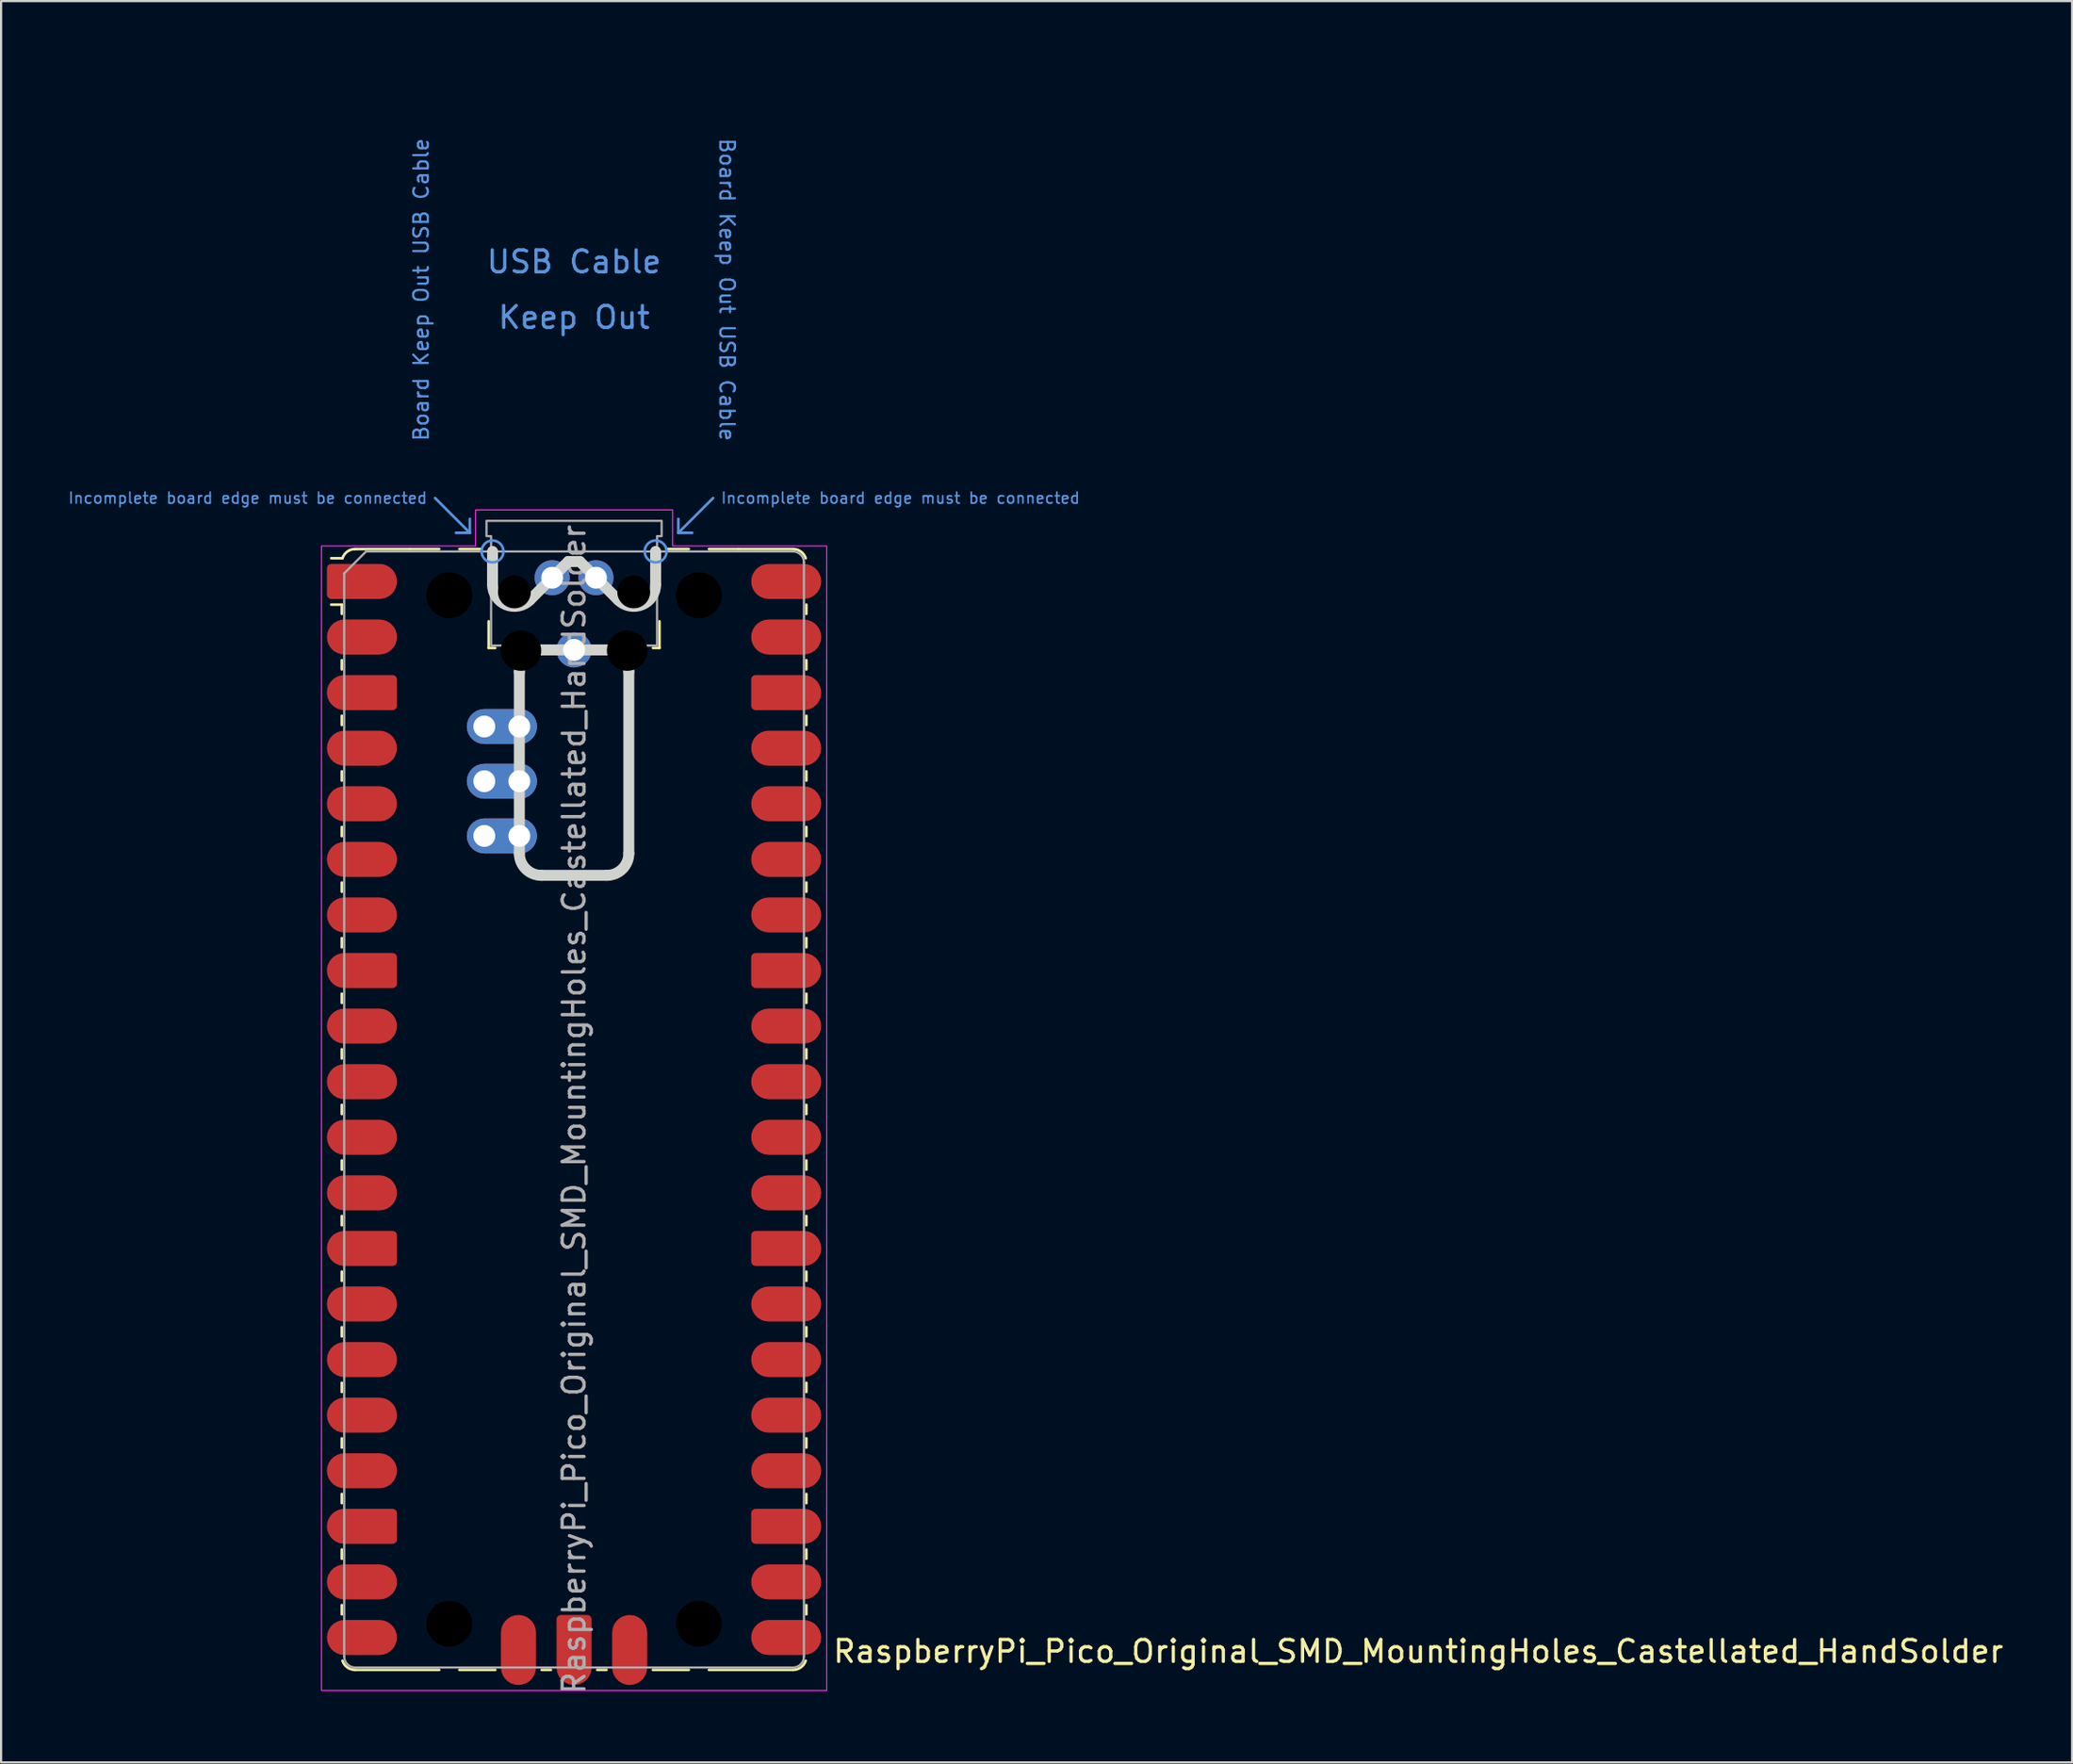
<source format=kicad_pcb>
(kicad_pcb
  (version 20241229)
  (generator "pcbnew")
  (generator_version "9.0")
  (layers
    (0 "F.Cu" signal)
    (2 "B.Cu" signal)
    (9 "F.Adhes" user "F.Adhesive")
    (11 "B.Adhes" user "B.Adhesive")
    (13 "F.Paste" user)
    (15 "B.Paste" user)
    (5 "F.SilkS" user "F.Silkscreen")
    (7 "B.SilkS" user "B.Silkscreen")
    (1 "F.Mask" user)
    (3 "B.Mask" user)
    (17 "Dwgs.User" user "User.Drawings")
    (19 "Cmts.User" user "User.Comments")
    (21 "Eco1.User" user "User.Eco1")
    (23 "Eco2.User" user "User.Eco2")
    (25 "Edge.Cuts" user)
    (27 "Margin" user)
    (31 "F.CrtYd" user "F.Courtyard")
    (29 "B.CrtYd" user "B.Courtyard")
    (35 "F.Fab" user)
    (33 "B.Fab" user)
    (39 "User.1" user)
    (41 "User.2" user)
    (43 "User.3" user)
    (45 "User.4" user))
  (footprint "RaspberryPi_Pico_Original_SMD_MountingHoles_Castellated_HandSolder"
    (layer "F.Cu")
    (at 23.173 47.65)
    (property "Reference" "RaspberryPi_Pico_Original_SMD_MountingHoles_Castellated_HandSolder" (at 11.748 24.765 0) (unlocked yes) (layer "F.SilkS") (effects (font (size 1 1) (thickness 0.15)) (justify left)))
    (attr smd)
    (fp_line (start -10.61 -23.07) (end -11.09 -23.07) (stroke (width 0.12) (type solid)) (layer "F.SilkS"))
    (fp_line (start -10.61 -23.07) (end -10.61 -22.65) (stroke (width 0.12) (type solid)) (layer "F.SilkS"))
    (fp_line (start -10.61 -20.53) (end -10.61 -20.11) (stroke (width 0.12) (type solid)) (layer "F.SilkS"))
    (fp_line (start -10.61 -17.99) (end -10.61 -17.57) (stroke (width 0.12) (type solid)) (layer "F.SilkS"))
    (fp_line (start -10.61 -15.45) (end -10.61 -15.03) (stroke (width 0.12) (type solid)) (layer "F.SilkS"))
    (fp_line (start -10.61 -12.91) (end -10.61 -12.49) (stroke (width 0.12) (type solid)) (layer "F.SilkS"))
    (fp_line (start -10.61 -10.37) (end -10.61 -9.95) (stroke (width 0.12) (type solid)) (layer "F.SilkS"))
    (fp_line (start -10.61 -7.83) (end -10.61 -7.41) (stroke (width 0.12) (type solid)) (layer "F.SilkS"))
    (fp_line (start -10.61 -5.29) (end -10.61 -4.87) (stroke (width 0.12) (type solid)) (layer "F.SilkS"))
    (fp_line (start -10.61 -2.75) (end -10.61 -2.33) (stroke (width 0.12) (type solid)) (layer "F.SilkS"))
    (fp_line (start -10.61 -0.21) (end -10.61 0.21) (stroke (width 0.12) (type solid)) (layer "F.SilkS"))
    (fp_line (start -10.61 2.33) (end -10.61 2.75) (stroke (width 0.12) (type solid)) (layer "F.SilkS"))
    (fp_line (start -10.61 4.87) (end -10.61 5.29) (stroke (width 0.12) (type solid)) (layer "F.SilkS"))
    (fp_line (start -10.61 7.41) (end -10.61 7.83) (stroke (width 0.12) (type solid)) (layer "F.SilkS"))
    (fp_line (start -10.61 9.95) (end -10.61 10.37) (stroke (width 0.12) (type solid)) (layer "F.SilkS"))
    (fp_line (start -10.61 12.49) (end -10.61 12.91) (stroke (width 0.12) (type solid)) (layer "F.SilkS"))
    (fp_line (start -10.61 15.03) (end -10.61 15.45) (stroke (width 0.12) (type solid)) (layer "F.SilkS"))
    (fp_line (start -10.61 17.57) (end -10.61 17.99) (stroke (width 0.12) (type solid)) (layer "F.SilkS"))
    (fp_line (start -10.61 20.11) (end -10.61 20.53) (stroke (width 0.12) (type solid)) (layer "F.SilkS"))
    (fp_line (start -10.61 22.65) (end -10.61 23.07) (stroke (width 0.12) (type solid)) (layer "F.SilkS"))
    (fp_line (start -10.58 -25.19) (end -11.09 -25.19) (stroke (width 0.12) (type solid)) (layer "F.SilkS"))
    (fp_line (start -10 -25.61) (end -7.51 -25.61) (stroke (width 0.12) (type solid)) (layer "F.SilkS"))
    (fp_line (start -10 25.61) (end -6.162 25.61) (stroke (width 0.12) (type solid)) (layer "F.SilkS"))
    (fp_line (start -7.51 -25.61) (end -6.162 -25.61) (stroke (width 0.12) (type solid)) (layer "F.SilkS"))
    (fp_line (start -5.238 -25.61) (end -4.235 -25.61) (stroke (width 0.12) (type solid)) (layer "F.SilkS"))
    (fp_line (start -3.9 -22.306) (end -3.9 -21.09) (stroke (width 0.12) (type solid)) (layer "F.SilkS"))
    (fp_line (start -3.9 -21.09) (end -3.604 -21.09) (stroke (width 0.12) (type solid)) (layer "F.SilkS"))
    (fp_line (start -3.6 25.61) (end -5.238 25.61) (stroke (width 0.12) (type solid)) (layer "F.SilkS"))
    (fp_line (start -1.48 25.61) (end -1.06 25.61) (stroke (width 0.12) (type solid)) (layer "F.SilkS"))
    (fp_line (start 1.06 25.61) (end 1.48 25.61) (stroke (width 0.12) (type solid)) (layer "F.SilkS"))
    (fp_line (start 3.604 -21.09) (end 3.9 -21.09) (stroke (width 0.12) (type solid)) (layer "F.SilkS"))
    (fp_line (start 3.9 -22.306) (end 3.9 -21.09) (stroke (width 0.12) (type solid)) (layer "F.SilkS"))
    (fp_line (start 4.235 -25.61) (end 5.238 -25.61) (stroke (width 0.12) (type solid)) (layer "F.SilkS"))
    (fp_line (start 5.238 25.61) (end 3.6 25.61) (stroke (width 0.12) (type solid)) (layer "F.SilkS"))
    (fp_line (start 6.162 -25.61) (end 7.51 -25.61) (stroke (width 0.12) (type solid)) (layer "F.SilkS"))
    (fp_line (start 6.162 25.61) (end 10 25.61) (stroke (width 0.12) (type solid)) (layer "F.SilkS"))
    (fp_line (start 10 -25.61) (end 7.51 -25.61) (stroke (width 0.12) (type solid)) (layer "F.SilkS"))
    (fp_line (start 10.61 -23.07) (end 10.61 -22.65) (stroke (width 0.12) (type solid)) (layer "F.SilkS"))
    (fp_line (start 10.61 -20.53) (end 10.61 -20.11) (stroke (width 0.12) (type solid)) (layer "F.SilkS"))
    (fp_line (start 10.61 -17.99) (end 10.61 -17.57) (stroke (width 0.12) (type solid)) (layer "F.SilkS"))
    (fp_line (start 10.61 -15.45) (end 10.61 -15.03) (stroke (width 0.12) (type solid)) (layer "F.SilkS"))
    (fp_line (start 10.61 -12.91) (end 10.61 -12.49) (stroke (width 0.12) (type solid)) (layer "F.SilkS"))
    (fp_line (start 10.61 -10.37) (end 10.61 -9.95) (stroke (width 0.12) (type solid)) (layer "F.SilkS"))
    (fp_line (start 10.61 -7.83) (end 10.61 -7.41) (stroke (width 0.12) (type solid)) (layer "F.SilkS"))
    (fp_line (start 10.61 -5.29) (end 10.61 -4.87) (stroke (width 0.12) (type solid)) (layer "F.SilkS"))
    (fp_line (start 10.61 -2.75) (end 10.61 -2.33) (stroke (width 0.12) (type solid)) (layer "F.SilkS"))
    (fp_line (start 10.61 -0.21) (end 10.61 0.21) (stroke (width 0.12) (type solid)) (layer "F.SilkS"))
    (fp_line (start 10.61 2.33) (end 10.61 2.75) (stroke (width 0.12) (type solid)) (layer "F.SilkS"))
    (fp_line (start 10.61 4.87) (end 10.61 5.29) (stroke (width 0.12) (type solid)) (layer "F.SilkS"))
    (fp_line (start 10.61 7.41) (end 10.61 7.83) (stroke (width 0.12) (type solid)) (layer "F.SilkS"))
    (fp_line (start 10.61 9.95) (end 10.61 10.37) (stroke (width 0.12) (type solid)) (layer "F.SilkS"))
    (fp_line (start 10.61 12.49) (end 10.61 12.91) (stroke (width 0.12) (type solid)) (layer "F.SilkS"))
    (fp_line (start 10.61 15.03) (end 10.61 15.45) (stroke (width 0.12) (type solid)) (layer "F.SilkS"))
    (fp_line (start 10.61 17.57) (end 10.61 17.99) (stroke (width 0.12) (type solid)) (layer "F.SilkS"))
    (fp_line (start 10.61 20.11) (end 10.61 20.53) (stroke (width 0.12) (type solid)) (layer "F.SilkS"))
    (fp_line (start 10.61 22.65) (end 10.61 23.07) (stroke (width 0.12) (type solid)) (layer "F.SilkS"))
    (fp_arc (start -10.579676 -25.189937) (mid -10.357938 -25.493944) (end -10 -25.61) (stroke (width 0.12) (type solid)) (layer "F.SilkS"))
    (fp_arc (start -10 25.61) (mid -10.357937 25.493944) (end -10.579676 25.189937) (stroke (width 0.12) (type solid)) (layer "F.SilkS"))
    (fp_arc (start 10 -25.61) (mid 10.357937 -25.493944) (end 10.579676 -25.189937) (stroke (width 0.12) (type solid)) (layer "F.SilkS"))
    (fp_arc (start 10.579676 25.189937) (mid 10.357958 25.493991) (end 10 25.61) (stroke (width 0.12) (type solid)) (layer "F.SilkS"))
    (fp_line (start -6.35 -27.94) (end -4.763 -26.352) (stroke (width 0.12) (type solid)) (layer "Cmts.User"))
    (fp_line (start -4.763 -26.352) (end -5.397 -26.352) (stroke (width 0.12) (type solid)) (layer "Cmts.User"))
    (fp_line (start -4.763 -26.352) (end -4.763 -26.988) (stroke (width 0.12) (type solid)) (layer "Cmts.User"))
    (fp_line (start 4.763 -26.352) (end 4.763 -26.988) (stroke (width 0.12) (type solid)) (layer "Cmts.User"))
    (fp_line (start 4.763 -26.352) (end 5.397 -26.352) (stroke (width 0.12) (type solid)) (layer "Cmts.User"))
    (fp_line (start 6.35 -27.94) (end 4.763 -26.352) (stroke (width 0.12) (type solid)) (layer "Cmts.User"))
    (fp_circle (center -3.725 -25.5) (end -3.225 -25.5) (stroke (width 0.12) (type solid)) (fill no) (layer "Cmts.User"))
    (fp_circle (center 3.725 -25.5) (end 3.225 -25.5) (stroke (width 0.12) (type solid)) (fill no) (layer "Cmts.User"))
    (fp_line (start -3.725 -23.989) (end -3.725 -25.5) (stroke (width 0.5) (type solid)) (layer "Edge.Cuts"))
    (fp_line (start -2.5 -20) (end -2.5 -11.7) (stroke (width 0.5) (type solid)) (layer "Edge.Cuts"))
    (fp_line (start -2.018 -23.282) (end -0.258 -25.042) (stroke (width 0.5) (type solid)) (layer "Edge.Cuts"))
    (fp_line (start 0.258 -25.042) (end -0.258 -25.042) (stroke (width 0.5) (type solid)) (layer "Edge.Cuts"))
    (fp_line (start 1.5 -21) (end -1.5 -21) (stroke (width 0.5) (type solid)) (layer "Edge.Cuts"))
    (fp_line (start 1.5 -10.7) (end -1.5 -10.7) (stroke (width 0.5) (type solid)) (layer "Edge.Cuts"))
    (fp_line (start 2.018 -23.282) (end 0.258 -25.042) (stroke (width 0.5) (type solid)) (layer "Edge.Cuts"))
    (fp_line (start 2.5 -11.7) (end 2.5 -20) (stroke (width 0.5) (type solid)) (layer "Edge.Cuts"))
    (fp_line (start 3.725 -23.989) (end 3.725 -25.5) (stroke (width 0.5) (type solid)) (layer "Edge.Cuts"))
    (fp_arc (start -2.5 -20) (mid -2.207118 -20.707118) (end -1.5 -21) (stroke (width 0.5) (type solid)) (layer "Edge.Cuts"))
    (fp_arc (start -2.017893 -23.282106) (mid -3.107711 -23.065266) (end -3.725 -23.989213) (stroke (width 0.5) (type solid)) (layer "Edge.Cuts"))
    (fp_arc (start -1.5 -10.7) (mid -2.20711 -10.99289) (end -2.5 -11.7) (stroke (width 0.5) (type solid)) (layer "Edge.Cuts"))
    (fp_arc (start 1.5 -21) (mid 2.207107 -20.707107) (end 2.5 -20) (stroke (width 0.5) (type solid)) (layer "Edge.Cuts"))
    (fp_arc (start 2.5 -11.7) (mid 2.207095 -10.992905) (end 1.5 -10.7) (stroke (width 0.5) (type solid)) (layer "Edge.Cuts"))
    (fp_arc (start 3.725 -23.989213) (mid 3.107698 -23.06529) (end 2.017893 -23.282106) (stroke (width 0.5) (type solid)) (layer "Edge.Cuts"))
    (fp_poly (pts (xy -4.5 -27.4) (xy 4.5 -27.4) (xy 4.5 -25.75) (xy 11.54 -25.75) (xy 11.54 26.55) (xy -11.54 26.55) (xy -11.54 -25.75) (xy -4.5 -25.75)) (stroke (width 0.05) (type solid)) (fill no) (layer "F.CrtYd"))
    (fp_line (start -10.5 -24.5) (end -9.5 -25.5) (stroke (width 0.1) (type solid)) (layer "F.Fab"))
    (fp_line (start -10.5 25) (end -10.5 -24.5) (stroke (width 0.1) (type solid)) (layer "F.Fab"))
    (fp_line (start -9.5 -25.5) (end 10 -25.5) (stroke (width 0.1) (type solid)) (layer "F.Fab"))
    (fp_line (start 10 25.5) (end -10 25.5) (stroke (width 0.1) (type solid)) (layer "F.Fab"))
    (fp_line (start 10.5 -25) (end 10.5 25) (stroke (width 0.1) (type solid)) (layer "F.Fab"))
    (fp_arc (start -10 25.5) (mid -10.353553 25.353553) (end -10.5 25) (stroke (width 0.1) (type solid)) (layer "F.Fab"))
    (fp_arc (start 10 -25.5) (mid 10.353553 -25.353553) (end 10.5 -25) (stroke (width 0.1) (type solid)) (layer "F.Fab"))
    (fp_arc (start 10.5 25) (mid 10.353553 25.353553) (end 10 25.5) (stroke (width 0.1) (type solid)) (layer "F.Fab"))
    (fp_poly (pts (xy 3.79 -21.2) (xy 3.79 -26.2) (xy 4 -26.2) (xy 4 -26.9) (xy -4 -26.9) (xy -4 -26.2) (xy -3.79 -26.2) (xy -3.79 -21.2)) (stroke (width 0.1) (type solid)) (fill no) (layer "F.Fab"))
    (fp_text user "Incomplete board edge must be connected" (at 6.668 -27.94 0) (unlocked yes) (layer "Cmts.User") (effects (font (size 0.5 0.5) (thickness 0.075)) (justify left)))
    (fp_text user "Keep Out" (at 0 -36.195 0) (unlocked yes) (layer "Cmts.User") (effects (font (size 1 1) (thickness 0.15))))
    (fp_text user "Incomplete board edge must be connected" (at -6.668 -27.94 0) (unlocked yes) (layer "Cmts.User") (effects (font (size 0.5 0.5) (thickness 0.075)) (justify right)))
    (fp_text user "Board Keep Out USB Cable" (at -6.985 -37.465 90) (unlocked yes) (layer "Cmts.User") (effects (font (size 0.667 0.667) (thickness 0.1))))
    (fp_text user "Board Keep Out USB Cable" (at 6.985 -37.465 270) (unlocked yes) (layer "Cmts.User") (effects (font (size 0.667 0.667) (thickness 0.1))))
    (fp_text user "USB Cable" (at 0 -38.735 0) (unlocked yes) (layer "Cmts.User") (effects (font (size 1 1) (thickness 0.15))))
    (fp_text user "${REFERENCE}" (at 0 0 90) (layer "F.Fab") (effects (font (size 1 1) (thickness 0.15))))
    (pad "" np_thru_hole circle (at -5.7 -23.5) (size 3.8 3.8) (drill 2.1) (layers "*.Mask"))
    (pad "" np_thru_hole circle (at -5.7 23.5) (size 3.8 3.8) (drill 2.1) (layers "*.Mask"))
    (pad "" np_thru_hole circle (at -2.725 -23.65) (size 1.5 1.5) (drill 1.5) (layers "*.Mask"))
    (pad "" np_thru_hole circle (at -2.425 -20.97) (size 1.85 1.85) (drill 1.85) (layers "*.Mask"))
    (pad "" np_thru_hole circle (at 2.425 -20.97) (size 1.85 1.85) (drill 1.85) (layers "*.Mask"))
    (pad "" np_thru_hole circle (at 2.725 -23.65) (size 1.5 1.5) (drill 1.5) (layers "*.Mask"))
    (pad "" np_thru_hole circle (at 5.7 -23.5) (size 3.8 3.8) (drill 2.1) (layers "*.Mask"))
    (pad "" np_thru_hole circle (at 5.7 23.5) (size 3.8 3.8) (drill 2.1) (layers "*.Mask"))
    (pad "1" smd custom (at -8.89 -24.13) (size 1.6 1.6) (layers "F.Cu" "F.Mask" "F.Paste") (options (anchor circle)) (primitives (gr_poly (pts (xy -2.4 0.6) (xy -2.4 -0.6) (xy -2.2 -0.8) (xy 0 -0.8) (xy 0 0.8) (xy -2.2 0.8)) (width 0) (fill yes)) (gr_circle (center -2.2 0.6) (end -2 0.6) (width 0) (fill yes)) (gr_circle (center -2.2 -0.6) (end -2 -0.6) (width 0) (fill yes))))
    (pad "2" smd roundrect (at -8.89 -21.59) (size 3.2 1.6) (drill (offset -0.8 0)) (layers "F.Cu" "F.Mask" "F.Paste") (roundrect_rratio 0.5))
    (pad "3" smd custom (at -8.89 -19.05) (size 1.6 1.6) (layers "F.Cu" "F.Mask" "F.Paste") (options (anchor circle)) (primitives (gr_poly (pts (xy 0.8 -0.6) (xy 0.8 0.6) (xy 0.6 0.8) (xy -1.6 0.8) (xy -1.6 -0.8) (xy 0.6 -0.8)) (width 0) (fill yes)) (gr_circle (center 0.6 0.6) (end 0.8 0.6) (width 0) (fill yes)) (gr_circle (center 0.6 -0.6) (end 0.8 -0.6) (width 0) (fill yes)) (gr_circle (center -1.6 0) (end -0.8 0) (width 0) (fill yes))))
    (pad "4" smd roundrect (at -8.89 -16.51) (size 3.2 1.6) (drill (offset -0.8 0)) (layers "F.Cu" "F.Mask" "F.Paste") (roundrect_rratio 0.5))
    (pad "5" smd roundrect (at -8.89 -13.97) (size 3.2 1.6) (drill (offset -0.8 0)) (layers "F.Cu" "F.Mask" "F.Paste") (roundrect_rratio 0.5))
    (pad "6" smd roundrect (at -8.89 -11.43) (size 3.2 1.6) (drill (offset -0.8 0)) (layers "F.Cu" "F.Mask" "F.Paste") (roundrect_rratio 0.5))
    (pad "7" smd roundrect (at -8.89 -8.89) (size 3.2 1.6) (drill (offset -0.8 0)) (layers "F.Cu" "F.Mask" "F.Paste") (roundrect_rratio 0.5))
    (pad "8" smd custom (at -8.89 -6.35) (size 1.6 1.6) (layers "F.Cu" "F.Mask" "F.Paste") (options (anchor circle)) (primitives (gr_poly (pts (xy 0.8 -0.6) (xy 0.8 0.6) (xy 0.6 0.8) (xy -1.6 0.8) (xy -1.6 -0.8) (xy 0.6 -0.8)) (width 0) (fill yes)) (gr_circle (center 0.6 0.6) (end 0.8 0.6) (width 0) (fill yes)) (gr_circle (center 0.6 -0.6) (end 0.8 -0.6) (width 0) (fill yes)) (gr_circle (center -1.6 0) (end -0.8 0) (width 0) (fill yes))))
    (pad "9" smd roundrect (at -8.89 -3.81) (size 3.2 1.6) (drill (offset -0.8 0)) (layers "F.Cu" "F.Mask" "F.Paste") (roundrect_rratio 0.5))
    (pad "10" smd roundrect (at -8.89 -1.27) (size 3.2 1.6) (drill (offset -0.8 0)) (layers "F.Cu" "F.Mask" "F.Paste") (roundrect_rratio 0.5))
    (pad "11" smd roundrect (at -8.89 1.27) (size 3.2 1.6) (drill (offset -0.8 0)) (layers "F.Cu" "F.Mask" "F.Paste") (roundrect_rratio 0.5))
    (pad "12" smd roundrect (at -8.89 3.81) (size 3.2 1.6) (drill (offset -0.8 0)) (layers "F.Cu" "F.Mask" "F.Paste") (roundrect_rratio 0.5))
    (pad "13" smd custom (at -8.89 6.35) (size 1.6 1.6) (layers "F.Cu" "F.Mask" "F.Paste") (options (anchor circle)) (primitives (gr_poly (pts (xy 0.8 -0.6) (xy 0.8 0.6) (xy 0.6 0.8) (xy -1.6 0.8) (xy -1.6 -0.8) (xy 0.6 -0.8)) (width 0) (fill yes)) (gr_circle (center 0.6 0.6) (end 0.8 0.6) (width 0) (fill yes)) (gr_circle (center 0.6 -0.6) (end 0.8 -0.6) (width 0) (fill yes)) (gr_circle (center -1.6 0) (end -0.8 0) (width 0) (fill yes))))
    (pad "14" smd roundrect (at -8.89 8.89) (size 3.2 1.6) (drill (offset -0.8 0)) (layers "F.Cu" "F.Mask" "F.Paste") (roundrect_rratio 0.5))
    (pad "15" smd roundrect (at -8.89 11.43) (size 3.2 1.6) (drill (offset -0.8 0)) (layers "F.Cu" "F.Mask" "F.Paste") (roundrect_rratio 0.5))
    (pad "16" smd roundrect (at -8.89 13.97) (size 3.2 1.6) (drill (offset -0.8 0)) (layers "F.Cu" "F.Mask" "F.Paste") (roundrect_rratio 0.5))
    (pad "17" smd roundrect (at -8.89 16.51) (size 3.2 1.6) (drill (offset -0.8 0)) (layers "F.Cu" "F.Mask" "F.Paste") (roundrect_rratio 0.5))
    (pad "18" smd custom (at -8.89 19.05) (size 1.6 1.6) (layers "F.Cu" "F.Mask" "F.Paste") (options (anchor circle)) (primitives (gr_poly (pts (xy 0.8 -0.6) (xy 0.8 0.6) (xy 0.6 0.8) (xy -1.6 0.8) (xy -1.6 -0.8) (xy 0.6 -0.8)) (width 0) (fill yes)) (gr_circle (center 0.6 0.6) (end 0.8 0.6) (width 0) (fill yes)) (gr_circle (center 0.6 -0.6) (end 0.8 -0.6) (width 0) (fill yes)) (gr_circle (center -1.6 0) (end -0.8 0) (width 0) (fill yes))))
    (pad "19" smd roundrect (at -8.89 21.59) (size 3.2 1.6) (drill (offset -0.8 0)) (layers "F.Cu" "F.Mask" "F.Paste") (roundrect_rratio 0.5))
    (pad "20" smd roundrect (at -8.89 24.13) (size 3.2 1.6) (drill (offset -0.8 0)) (layers "F.Cu" "F.Mask" "F.Paste") (roundrect_rratio 0.5))
    (pad "21" smd roundrect (at 8.89 24.13) (size 3.2 1.6) (drill (offset 0.8 0)) (layers "F.Cu" "F.Mask" "F.Paste") (roundrect_rratio 0.5))
    (pad "22" smd roundrect (at 8.89 21.59) (size 3.2 1.6) (drill (offset 0.8 0)) (layers "F.Cu" "F.Mask" "F.Paste") (roundrect_rratio 0.5))
    (pad "23" smd custom (at 8.89 19.05) (size 1.6 1.6) (layers "F.Cu" "F.Mask" "F.Paste") (options (anchor circle)) (primitives (gr_poly (pts (xy -0.8 -0.6) (xy -0.8 0.6) (xy -0.6 0.8) (xy 1.6 0.8) (xy 1.6 -0.8) (xy -0.6 -0.8)) (width 0) (fill yes)) (gr_circle (center -0.6 0.6) (end -0.4 0.6) (width 0) (fill yes)) (gr_circle (center -0.6 -0.6) (end -0.4 -0.6) (width 0) (fill yes)) (gr_circle (center 1.6 0) (end 2.4 0) (width 0) (fill yes))))
    (pad "24" smd roundrect (at 8.89 16.51) (size 3.2 1.6) (drill (offset 0.8 0)) (layers "F.Cu" "F.Mask" "F.Paste") (roundrect_rratio 0.5))
    (pad "25" smd roundrect (at 8.89 13.97) (size 3.2 1.6) (drill (offset 0.8 0)) (layers "F.Cu" "F.Mask" "F.Paste") (roundrect_rratio 0.5))
    (pad "26" smd roundrect (at 8.89 11.43) (size 3.2 1.6) (drill (offset 0.8 0)) (layers "F.Cu" "F.Mask" "F.Paste") (roundrect_rratio 0.5))
    (pad "27" smd roundrect (at 8.89 8.89) (size 3.2 1.6) (drill (offset 0.8 0)) (layers "F.Cu" "F.Mask" "F.Paste") (roundrect_rratio 0.5))
    (pad "28" smd custom (at 8.89 6.35) (size 1.6 1.6) (layers "F.Cu" "F.Mask" "F.Paste") (options (anchor circle)) (primitives (gr_poly (pts (xy -0.8 -0.6) (xy -0.8 0.6) (xy -0.6 0.8) (xy 1.6 0.8) (xy 1.6 -0.8) (xy -0.6 -0.8)) (width 0) (fill yes)) (gr_circle (center -0.6 0.6) (end -0.4 0.6) (width 0) (fill yes)) (gr_circle (center -0.6 -0.6) (end -0.4 -0.6) (width 0) (fill yes)) (gr_circle (center 1.6 0) (end 2.4 0) (width 0) (fill yes))))
    (pad "29" smd roundrect (at 8.89 3.81) (size 3.2 1.6) (drill (offset 0.8 0)) (layers "F.Cu" "F.Mask" "F.Paste") (roundrect_rratio 0.5))
    (pad "30" smd roundrect (at 8.89 1.27) (size 3.2 1.6) (drill (offset 0.8 0)) (layers "F.Cu" "F.Mask" "F.Paste") (roundrect_rratio 0.5))
    (pad "31" smd roundrect (at 8.89 -1.27) (size 3.2 1.6) (drill (offset 0.8 0)) (layers "F.Cu" "F.Mask" "F.Paste") (roundrect_rratio 0.5))
    (pad "32" smd roundrect (at 8.89 -3.81) (size 3.2 1.6) (drill (offset 0.8 0)) (layers "F.Cu" "F.Mask" "F.Paste") (roundrect_rratio 0.5))
    (pad "33" smd custom (at 8.89 -6.35) (size 1.6 1.6) (layers "F.Cu" "F.Mask" "F.Paste") (options (anchor circle)) (primitives (gr_poly (pts (xy -0.8 -0.6) (xy -0.8 0.6) (xy -0.6 0.8) (xy 1.6 0.8) (xy 1.6 -0.8) (xy -0.6 -0.8)) (width 0) (fill yes)) (gr_circle (center -0.6 0.6) (end -0.4 0.6) (width 0) (fill yes)) (gr_circle (center -0.6 -0.6) (end -0.4 -0.6) (width 0) (fill yes)) (gr_circle (center 1.6 0) (end 2.4 0) (width 0) (fill yes))))
    (pad "34" smd roundrect (at 8.89 -8.89) (size 3.2 1.6) (drill (offset 0.8 0)) (layers "F.Cu" "F.Mask" "F.Paste") (roundrect_rratio 0.5))
    (pad "35" smd roundrect (at 8.89 -11.43) (size 3.2 1.6) (drill (offset 0.8 0)) (layers "F.Cu" "F.Mask" "F.Paste") (roundrect_rratio 0.5))
    (pad "36" smd roundrect (at 8.89 -13.97) (size 3.2 1.6) (drill (offset 0.8 0)) (layers "F.Cu" "F.Mask" "F.Paste") (roundrect_rratio 0.5))
    (pad "37" smd roundrect (at 8.89 -16.51) (size 3.2 1.6) (drill (offset 0.8 0)) (layers "F.Cu" "F.Mask" "F.Paste") (roundrect_rratio 0.5))
    (pad "38" smd custom (at 8.89 -19.05) (size 1.6 1.6) (layers "F.Cu" "F.Mask" "F.Paste") (options (anchor circle)) (primitives (gr_poly (pts (xy -0.8 -0.6) (xy -0.8 0.6) (xy -0.6 0.8) (xy 1.6 0.8) (xy 1.6 -0.8) (xy -0.6 -0.8)) (width 0) (fill yes)) (gr_circle (center -0.6 0.6) (end -0.4 0.6) (width 0) (fill yes)) (gr_circle (center -0.6 -0.6) (end -0.4 -0.6) (width 0) (fill yes)) (gr_circle (center 1.6 0) (end 2.4 0) (width 0) (fill yes))))
    (pad "39" smd roundrect (at 8.89 -21.59) (size 3.2 1.6) (drill (offset 0.8 0)) (layers "F.Cu" "F.Mask" "F.Paste") (roundrect_rratio 0.5))
    (pad "40" smd roundrect (at 8.89 -24.13) (size 3.2 1.6) (drill (offset 0.8 0)) (layers "F.Cu" "F.Mask" "F.Paste") (roundrect_rratio 0.5))
    (pad "D1" smd roundrect (at -2.54 23.9 90) (size 3.2 1.6) (drill (offset -0.8 0)) (layers "F.Cu" "F.Mask" "F.Paste") (roundrect_rratio 0.5))
    (pad "D2" smd custom (at 0 23.9 270) (size 1.6 1.6) (layers "F.Cu" "F.Mask" "F.Paste") (options (anchor circle)) (primitives (gr_poly (pts (xy -0.8 -0.6) (xy -0.8 0.6) (xy -0.6 0.8) (xy 1.6 0.8) (xy 1.6 -0.8) (xy -0.6 -0.8)) (width 0) (fill yes)) (gr_circle (center -0.6 0.6) (end -0.4 0.6) (width 0) (fill yes)) (gr_circle (center -0.6 -0.6) (end -0.4 -0.6) (width 0) (fill yes)) (gr_circle (center 1.6 0) (end 2.4 0) (width 0) (fill yes))))
    (pad "D3" smd roundrect (at 2.54 23.9 90) (size 3.2 1.6) (drill (offset -0.8 0)) (layers "F.Cu" "F.Mask" "F.Paste") (roundrect_rratio 0.5))
    (pad "TP1" thru_hole circle (at 0 -21) (size 1.6 1.6) (drill 1) (property pad_prop_castellated) (layers "*.Cu" "*.Mask"))
    (pad "TP2" thru_hole circle (at 1 -24.3) (size 1.6 1.6) (drill 1) (property pad_prop_castellated) (layers "*.Cu" "*.Mask"))
    (pad "TP3" thru_hole circle (at -1 -24.3) (size 1.6 1.6) (drill 1) (property pad_prop_castellated) (layers "*.Cu" "*.Mask"))
    (pad "TP4" thru_hole roundrect (at -4.1 -17.5) (size 3.2 1.6) (drill 1 (offset 0.8 0)) (property pad_prop_castellated) (layers "*.Cu" "*.Mask") (roundrect_rratio 0.5))
    (pad "TP4" thru_hole circle (at -2.5 -17.5) (size 1.6 1.6) (drill 1) (property pad_prop_castellated) (layers "*.Cu" "*.Mask"))
    (pad "TP5" thru_hole roundrect (at -4.1 -15) (size 3.2 1.6) (drill 1 (offset 0.8 0)) (property pad_prop_castellated) (layers "*.Cu" "*.Mask") (roundrect_rratio 0.5))
    (pad "TP5" thru_hole circle (at -2.5 -15) (size 1.6 1.6) (drill 1) (property pad_prop_castellated) (layers "*.Cu" "*.Mask"))
    (pad "TP6" thru_hole roundrect (at -4.1 -12.5) (size 3.2 1.6) (drill 1 (offset 0.8 0)) (property pad_prop_castellated) (layers "*.Cu" "*.Mask") (roundrect_rratio 0.5))
    (pad "TP6" thru_hole circle (at -2.5 -12.5) (size 1.6 1.6) (drill 1) (property pad_prop_castellated) (layers "*.Cu" "*.Mask"))
    (zone (net_name "") (layer "Edge.Cuts") (name "Board Keep Out USB Cable") (hatch edge 0.5) (connect_pads) (min_thickness 0.254) (filled_areas_thickness no) (keepout (tracks allowed) (vias allowed) (pads allowed) (copperpour allowed) (footprints allowed)) (placement (enabled no)) (fill) (polygon (pts (xy 16.973 0) (xy 29.373 0) (xy 29.373 20.4) (xy 16.973 20.4))))
    (zone (net_name "") (layer "Edge.Cuts") (name "Board Keep Out Castellated TP") (hatch edge 0.5) (connect_pads) (min_thickness 0.254) (filled_areas_thickness no) (keepout (tracks allowed) (vias allowed) (pads allowed) (copperpour allowed) (footprints allowed)) (placement (enabled no)) (fill) (polygon (pts (arc (start 24.673447 36.95) (mid 25.380554 36.657107) (end 25.673447 35.95)) (arc (start 25.673447 27.65) (mid 25.380554 26.942893) (end 24.673447 26.65)) (arc (start 21.673447 26.65) (mid 20.96634 26.942893) (end 20.673447 27.65)) (arc (start 20.673447 35.95) (mid 20.966343 36.657104) (end 21.673447 36.95)))))
    (zone (net_name "") (layer "Edge.Cuts") (name "Board Keep Out Castellated USB") (hatch edge 0.5) (connect_pads) (min_thickness 0.25) (filled_areas_thickness no) (keepout (tracks allowed) (vias allowed) (pads allowed) (copperpour allowed) (footprints allowed)) (placement (enabled no)) (fill) (polygon (pts (arc (start 20.448447 20.607538) (mid 19.74134 20.900431) (end 19.448447 21.607538)) (arc (start 19.448447 23.660787) (mid 20.065759 24.584679) (end 21.155554 24.367894)) (xy 22.916 22.608) (xy 23.431 22.608) (arc (start 25.19134 24.367894) (mid 26.281135 24.584679) (end 26.898447 23.660787)) (arc (start 26.898447 21.607538) (mid 26.605554 20.900431) (end 25.898447 20.607538)))))
    (zone (net_name "") (layer "F.CrtYd") (name "USB Cable Keep Out") (hatch full 0.5) (connect_pads) (min_thickness 0.254) (filled_areas_thickness no) (keepout (tracks allowed) (vias allowed) (pads allowed) (copperpour allowed) (footprints not_allowed)) (placement (enabled no)) (fill) (polygon (pts (xy 17.423 19.95) (xy 19.233 19.95) (xy 19.233 20.25) (xy 27.113 20.25) (xy 27.113 19.95) (xy 28.923 19.95) (xy 28.923 0.45) (xy 17.423 0.45)))))
  (gr_rect
    (start -3 -3)
    (end 91.6 77.489)
    (stroke (width 0.1) (type default))
    (fill no)
    (layer "Edge.Cuts")))
</source>
